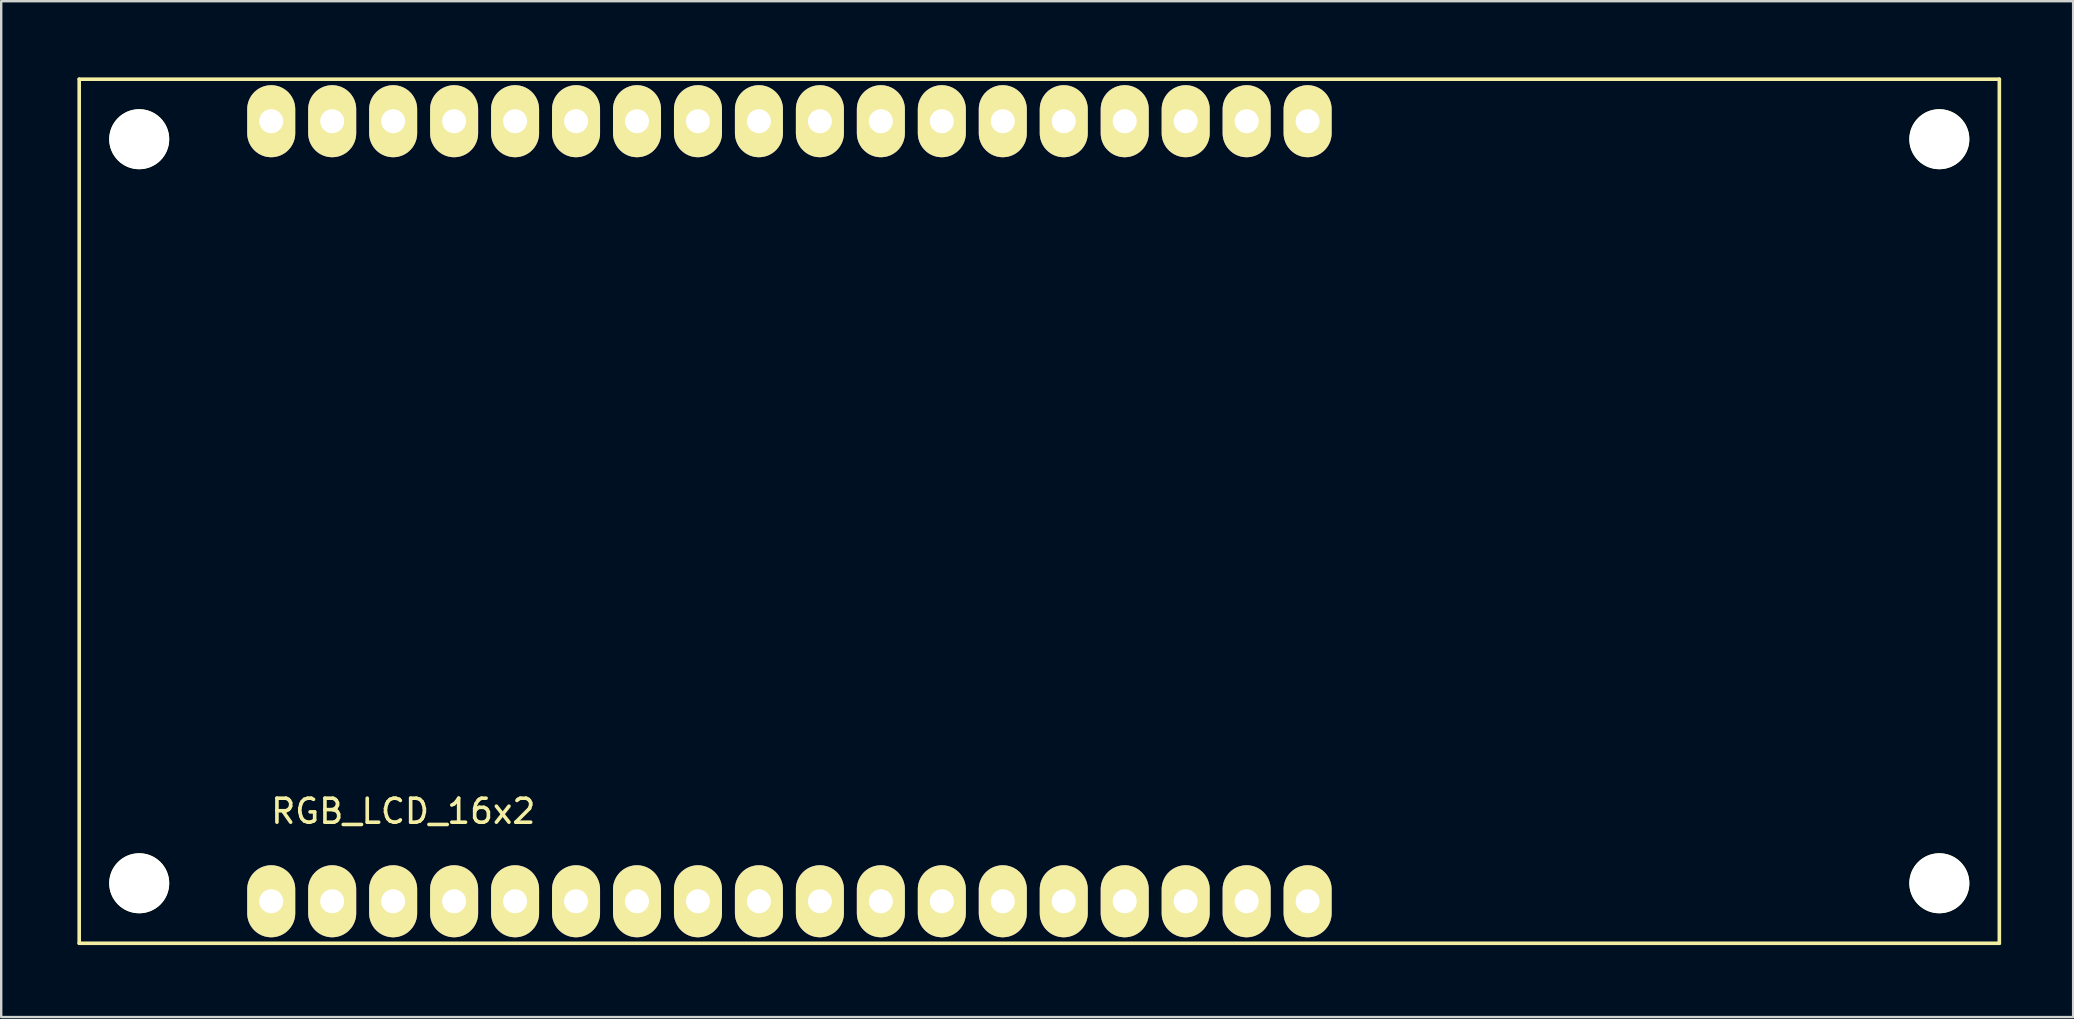
<source format=kicad_pcb>
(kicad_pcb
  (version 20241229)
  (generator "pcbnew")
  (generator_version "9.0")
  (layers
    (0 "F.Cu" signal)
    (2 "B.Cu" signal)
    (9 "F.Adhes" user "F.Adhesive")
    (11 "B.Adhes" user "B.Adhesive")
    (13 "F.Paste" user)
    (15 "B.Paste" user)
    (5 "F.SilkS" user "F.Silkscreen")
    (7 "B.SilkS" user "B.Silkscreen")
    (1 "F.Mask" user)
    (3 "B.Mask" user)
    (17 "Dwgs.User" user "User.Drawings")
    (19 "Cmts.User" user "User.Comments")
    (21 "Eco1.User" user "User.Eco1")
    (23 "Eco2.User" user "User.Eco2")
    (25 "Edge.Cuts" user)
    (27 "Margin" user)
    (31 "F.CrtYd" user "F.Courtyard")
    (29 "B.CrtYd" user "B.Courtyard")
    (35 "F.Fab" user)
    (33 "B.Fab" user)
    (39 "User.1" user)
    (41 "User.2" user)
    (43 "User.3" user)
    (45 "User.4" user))
  (footprint "RGB_LCD_16x2"
    (layer "F.Cu")
    (at 0.25 0.25)
    (property "Reference" "RGB_LCD_16x2" (at 13.5 30.5 0) (layer "F.SilkS") (effects (font (size 1 1) (thickness 0.15))))
    (attr through_hole)
    (fp_line (start 0 0) (end 80 0) (stroke (width 0.15) (type solid)) (layer "F.SilkS"))
    (fp_line (start 0 36) (end 0 0) (stroke (width 0.15) (type solid)) (layer "F.SilkS"))
    (fp_line (start 80 0) (end 80 36) (stroke (width 0.15) (type solid)) (layer "F.SilkS"))
    (fp_line (start 80 36) (end 0 36) (stroke (width 0.15) (type solid)) (layer "F.SilkS"))
    (pad "" np_thru_hole circle (at 2.5 2.5 90) (size 2.5 2.5) (drill 2.5) (layers "*.Cu" "*.Mask" "F.SilkS"))
    (pad "" np_thru_hole circle (at 2.5 33.5 90) (size 2.5 2.5) (drill 2.5) (layers "*.Cu" "*.Mask" "F.SilkS"))
    (pad "" np_thru_hole circle (at 77.5 2.5 90) (size 2.5 2.5) (drill 2.5) (layers "*.Cu" "*.Mask" "F.SilkS"))
    (pad "" np_thru_hole circle (at 77.5 33.5 90) (size 2.5 2.5) (drill 2.5) (layers "*.Cu" "*.Mask" "F.SilkS"))
    (pad "1" thru_hole oval (at 8 1.75 90) (size 3 2) (drill 1) (layers "*.Cu" "*.Mask" "F.SilkS"))
    (pad "1" thru_hole oval (at 8 34.25 90) (size 3 2) (drill 1) (layers "*.Cu" "*.Mask" "F.SilkS"))
    (pad "2" thru_hole oval (at 10.54 1.75 90) (size 3 2) (drill 1) (layers "*.Cu" "*.Mask" "F.SilkS"))
    (pad "2" thru_hole oval (at 10.54 34.25 90) (size 3 2) (drill 1) (layers "*.Cu" "*.Mask" "F.SilkS"))
    (pad "3" thru_hole oval (at 13.08 1.75 90) (size 3 2) (drill 1) (layers "*.Cu" "*.Mask" "F.SilkS"))
    (pad "3" thru_hole oval (at 13.08 34.25 90) (size 3 2) (drill 1) (layers "*.Cu" "*.Mask" "F.SilkS"))
    (pad "4" thru_hole oval (at 15.62 1.75 90) (size 3 2) (drill 1) (layers "*.Cu" "*.Mask" "F.SilkS"))
    (pad "4" thru_hole oval (at 15.62 34.25 90) (size 3 2) (drill 1) (layers "*.Cu" "*.Mask" "F.SilkS"))
    (pad "5" thru_hole oval (at 18.16 1.75 90) (size 3 2) (drill 1) (layers "*.Cu" "*.Mask" "F.SilkS"))
    (pad "5" thru_hole oval (at 18.16 34.25 90) (size 3 2) (drill 1) (layers "*.Cu" "*.Mask" "F.SilkS"))
    (pad "6" thru_hole oval (at 20.7 1.75 90) (size 3 2) (drill 1) (layers "*.Cu" "*.Mask" "F.SilkS"))
    (pad "6" thru_hole oval (at 20.7 34.25 90) (size 3 2) (drill 1) (layers "*.Cu" "*.Mask" "F.SilkS"))
    (pad "7" thru_hole oval (at 23.24 1.75 90) (size 3 2) (drill 1) (layers "*.Cu" "*.Mask" "F.SilkS"))
    (pad "7" thru_hole oval (at 23.24 34.25 90) (size 3 2) (drill 1) (layers "*.Cu" "*.Mask" "F.SilkS"))
    (pad "8" thru_hole oval (at 25.78 1.75 90) (size 3 2) (drill 1) (layers "*.Cu" "*.Mask" "F.SilkS"))
    (pad "8" thru_hole oval (at 25.78 34.25 90) (size 3 2) (drill 1) (layers "*.Cu" "*.Mask" "F.SilkS"))
    (pad "9" thru_hole oval (at 28.32 1.75 90) (size 3 2) (drill 1) (layers "*.Cu" "*.Mask" "F.SilkS"))
    (pad "9" thru_hole oval (at 28.32 34.25 90) (size 3 2) (drill 1) (layers "*.Cu" "*.Mask" "F.SilkS"))
    (pad "10" thru_hole oval (at 30.86 1.75 90) (size 3 2) (drill 1) (layers "*.Cu" "*.Mask" "F.SilkS"))
    (pad "10" thru_hole oval (at 30.86 34.25 90) (size 3 2) (drill 1) (layers "*.Cu" "*.Mask" "F.SilkS"))
    (pad "11" thru_hole oval (at 33.4 1.75 90) (size 3 2) (drill 1) (layers "*.Cu" "*.Mask" "F.SilkS"))
    (pad "11" thru_hole oval (at 33.4 34.25 90) (size 3 2) (drill 1) (layers "*.Cu" "*.Mask" "F.SilkS"))
    (pad "12" thru_hole oval (at 35.94 1.75 90) (size 3 2) (drill 1) (layers "*.Cu" "*.Mask" "F.SilkS"))
    (pad "12" thru_hole oval (at 35.94 34.25 90) (size 3 2) (drill 1) (layers "*.Cu" "*.Mask" "F.SilkS"))
    (pad "13" thru_hole oval (at 38.48 1.75 90) (size 3 2) (drill 1) (layers "*.Cu" "*.Mask" "F.SilkS"))
    (pad "13" thru_hole oval (at 38.48 34.25 90) (size 3 2) (drill 1) (layers "*.Cu" "*.Mask" "F.SilkS"))
    (pad "14" thru_hole oval (at 41.02 1.75 90) (size 3 2) (drill 1) (layers "*.Cu" "*.Mask" "F.SilkS"))
    (pad "14" thru_hole oval (at 41.02 34.25 90) (size 3 2) (drill 1) (layers "*.Cu" "*.Mask" "F.SilkS"))
    (pad "15" thru_hole oval (at 43.56 1.75 90) (size 3 2) (drill 1) (layers "*.Cu" "*.Mask" "F.SilkS"))
    (pad "15" thru_hole oval (at 43.56 34.25 90) (size 3 2) (drill 1) (layers "*.Cu" "*.Mask" "F.SilkS"))
    (pad "16" thru_hole oval (at 46.1 1.75 90) (size 3 2) (drill 1) (layers "*.Cu" "*.Mask" "F.SilkS"))
    (pad "16" thru_hole oval (at 46.1 34.25 90) (size 3 2) (drill 1) (layers "*.Cu" "*.Mask" "F.SilkS"))
    (pad "17" thru_hole oval (at 48.64 1.75 90) (size 3 2) (drill 1) (layers "*.Cu" "*.Mask" "F.SilkS"))
    (pad "17" thru_hole oval (at 48.64 34.25 90) (size 3 2) (drill 1) (layers "*.Cu" "*.Mask" "F.SilkS"))
    (pad "18" thru_hole oval (at 51.18 1.75 90) (size 3 2) (drill 1) (layers "*.Cu" "*.Mask" "F.SilkS"))
    (pad "18" thru_hole oval (at 51.18 34.25 90) (size 3 2) (drill 1) (layers "*.Cu" "*.Mask" "F.SilkS")))
  (gr_rect
    (start -3 -3)
    (end 83.325 39.325)
    (stroke (width 0.1) (type default))
    (fill no)
    (layer "Edge.Cuts")))
</source>
